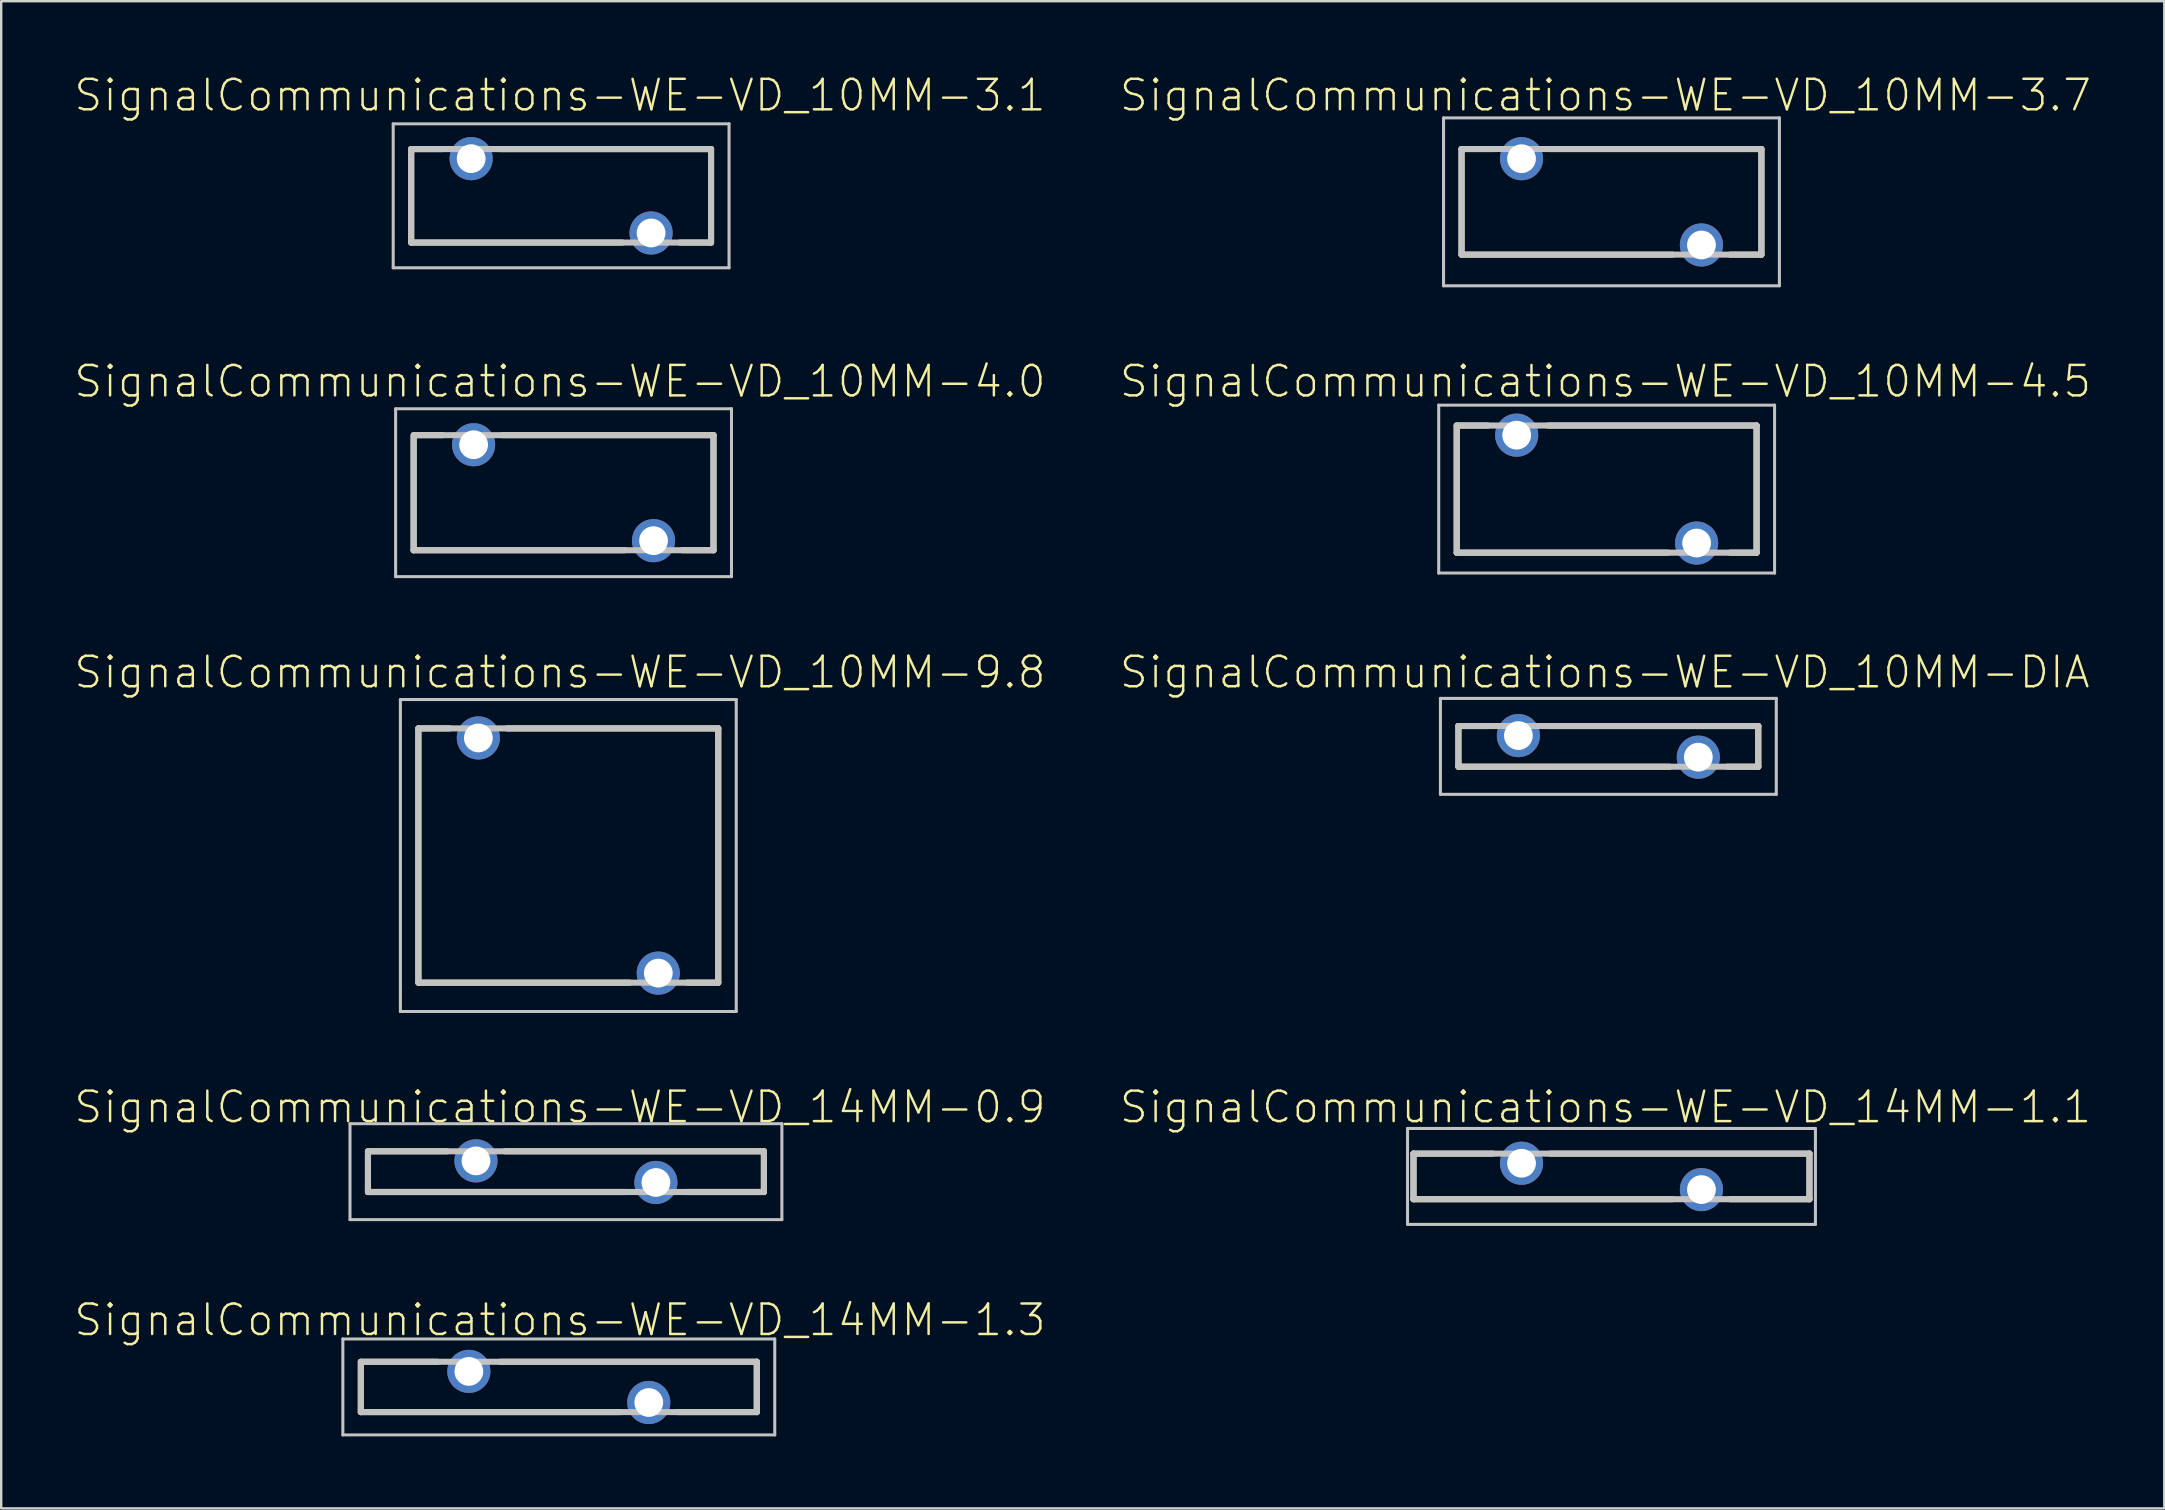
<source format=kicad_pcb>
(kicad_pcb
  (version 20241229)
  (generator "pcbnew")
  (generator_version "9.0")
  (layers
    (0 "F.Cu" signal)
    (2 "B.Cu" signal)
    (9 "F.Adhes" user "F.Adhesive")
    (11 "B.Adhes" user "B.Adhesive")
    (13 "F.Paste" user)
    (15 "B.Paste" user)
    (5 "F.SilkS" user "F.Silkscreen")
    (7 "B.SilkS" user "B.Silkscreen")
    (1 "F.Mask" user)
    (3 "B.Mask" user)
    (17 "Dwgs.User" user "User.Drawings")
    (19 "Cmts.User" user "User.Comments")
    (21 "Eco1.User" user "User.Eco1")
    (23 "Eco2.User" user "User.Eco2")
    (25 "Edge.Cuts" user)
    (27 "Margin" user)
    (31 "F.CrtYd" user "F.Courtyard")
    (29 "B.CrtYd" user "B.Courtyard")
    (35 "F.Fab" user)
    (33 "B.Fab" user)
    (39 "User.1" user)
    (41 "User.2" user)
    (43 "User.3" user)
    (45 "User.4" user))
  (footprint "SignalCommunications-WE-VD_14MM-1.1"
    (layer "F.Cu")
    (at 64.104 45.974)
    (property "Reference" "SignalCommunications-WE-VD_14MM-1.1" (at -0.249 -2.888 0) (layer "F.SilkS") (effects (font (size 1.27 1.27) (thickness 0.102))))
    (attr exclude_from_pos_files exclude_from_bom)
    (fp_line (start -8.25 -0.95) (end -4.948 -0.95) (stroke (width 0.254) (type solid)) (layer "F.SilkS"))
    (fp_line (start -8.25 0.95) (end -8.25 -0.95) (stroke (width 0.254) (type solid)) (layer "F.SilkS"))
    (fp_line (start -2.548 -0.95) (end 8.25 -0.95) (stroke (width 0.254) (type solid)) (layer "F.SilkS"))
    (fp_line (start 2.548 0.95) (end -8.25 0.95) (stroke (width 0.254) (type solid)) (layer "F.SilkS"))
    (fp_line (start 8.25 -0.95) (end 8.25 0.95) (stroke (width 0.254) (type solid)) (layer "F.SilkS"))
    (fp_line (start 8.25 0.95) (end 4.948 0.95) (stroke (width 0.254) (type solid)) (layer "F.SilkS"))
    (fp_line (start -8.499 -1.999) (end 8.499 -1.999) (stroke (width 0.127) (type solid)) (layer "Dwgs.User"))
    (fp_line (start -8.499 1.999) (end -8.499 -1.999) (stroke (width 0.127) (type solid)) (layer "Dwgs.User"))
    (fp_line (start -8.25 -0.95) (end -8.25 0.95) (stroke (width 0.254) (type solid)) (layer "Dwgs.User"))
    (fp_line (start -8.25 0.95) (end 8.25 0.95) (stroke (width 0.254) (type solid)) (layer "Dwgs.User"))
    (fp_line (start 8.25 -0.95) (end -8.25 -0.95) (stroke (width 0.254) (type solid)) (layer "Dwgs.User"))
    (fp_line (start 8.25 0.95) (end 8.25 -0.95) (stroke (width 0.254) (type solid)) (layer "Dwgs.User"))
    (fp_line (start 8.499 -1.999) (end 8.499 1.999) (stroke (width 0.127) (type solid)) (layer "Dwgs.User"))
    (fp_line (start 8.499 1.999) (end -8.499 1.999) (stroke (width 0.127) (type solid)) (layer "Dwgs.User"))
    (pad "1" thru_hole circle (at -3.749 -0.549) (size 1.798 1.798) (drill 1.199) (layers "*.Cu" "*.Paste" "*.Mask"))
    (pad "2" thru_hole circle (at 3.749 0.549) (size 1.798 1.798) (drill 1.199) (layers "*.Cu" "*.Paste" "*.Mask")))
  (footprint "SignalCommunications-WE-VD_10MM-3.7"
    (layer "F.Cu")
    (at 64.104 5.361)
    (property "Reference" "SignalCommunications-WE-VD_10MM-3.7" (at -0.249 -4.44 0) (layer "F.SilkS") (effects (font (size 1.27 1.27) (thickness 0.102))))
    (attr exclude_from_pos_files exclude_from_bom)
    (fp_line (start -6.248 -2.2) (end -6.248 2.2) (stroke (width 0.254) (type solid)) (layer "F.SilkS"))
    (fp_line (start -6.248 -2.2) (end -4.948 -2.2) (stroke (width 0.254) (type solid)) (layer "F.SilkS"))
    (fp_line (start -6.248 2.2) (end 2.548 2.2) (stroke (width 0.254) (type solid)) (layer "F.SilkS"))
    (fp_line (start -2.548 -2.2) (end 6.248 -2.2) (stroke (width 0.254) (type solid)) (layer "F.SilkS"))
    (fp_line (start 4.948 2.2) (end 6.248 2.2) (stroke (width 0.254) (type solid)) (layer "F.SilkS"))
    (fp_line (start 6.248 -2.2) (end 6.248 2.2) (stroke (width 0.254) (type solid)) (layer "F.SilkS"))
    (fp_line (start -6.998 -3.498) (end -6.998 3.498) (stroke (width 0.127) (type solid)) (layer "Dwgs.User"))
    (fp_line (start -6.998 3.498) (end 6.998 3.498) (stroke (width 0.127) (type solid)) (layer "Dwgs.User"))
    (fp_line (start -6.248 -2.2) (end 6.248 -2.2) (stroke (width 0.254) (type solid)) (layer "Dwgs.User"))
    (fp_line (start -6.248 2.2) (end -6.248 -2.2) (stroke (width 0.254) (type solid)) (layer "Dwgs.User"))
    (fp_line (start 6.248 -2.2) (end 6.248 2.2) (stroke (width 0.254) (type solid)) (layer "Dwgs.User"))
    (fp_line (start 6.248 2.2) (end -6.248 2.2) (stroke (width 0.254) (type solid)) (layer "Dwgs.User"))
    (fp_line (start 6.998 -3.498) (end -6.998 -3.498) (stroke (width 0.127) (type solid)) (layer "Dwgs.User"))
    (fp_line (start 6.998 3.498) (end 6.998 -3.498) (stroke (width 0.127) (type solid)) (layer "Dwgs.User"))
    (pad "1" thru_hole circle (at -3.749 -1.798) (size 1.798 1.798) (drill 1.199) (layers "*.Cu" "*.Paste" "*.Mask"))
    (pad "2" thru_hole circle (at 3.749 1.798) (size 1.798 1.798) (drill 1.199) (layers "*.Cu" "*.Paste" "*.Mask")))
  (footprint "SignalCommunications-WE-VD_10MM-3.1"
    (layer "F.Cu")
    (at 20.333 5.11)
    (property "Reference" "SignalCommunications-WE-VD_10MM-3.1" (at -0.048 -4.188 0) (layer "F.SilkS") (effects (font (size 1.27 1.27) (thickness 0.102))))
    (attr exclude_from_pos_files exclude_from_bom)
    (fp_line (start -6.248 -1.948) (end -6.248 1.948) (stroke (width 0.254) (type solid)) (layer "F.SilkS"))
    (fp_line (start -6.248 -1.948) (end -4.948 -1.948) (stroke (width 0.254) (type solid)) (layer "F.SilkS"))
    (fp_line (start -6.248 1.948) (end 2.548 1.948) (stroke (width 0.254) (type solid)) (layer "F.SilkS"))
    (fp_line (start -2.548 -1.948) (end 6.248 -1.948) (stroke (width 0.254) (type solid)) (layer "F.SilkS"))
    (fp_line (start 6.248 -1.948) (end 6.248 1.948) (stroke (width 0.254) (type solid)) (layer "F.SilkS"))
    (fp_line (start 6.248 1.948) (end 4.948 1.948) (stroke (width 0.254) (type solid)) (layer "F.SilkS"))
    (fp_line (start -6.998 -3) (end -6.998 3) (stroke (width 0.127) (type solid)) (layer "Dwgs.User"))
    (fp_line (start -6.998 3) (end 6.998 3) (stroke (width 0.127) (type solid)) (layer "Dwgs.User"))
    (fp_line (start -6.248 -1.948) (end 6.248 -1.948) (stroke (width 0.254) (type solid)) (layer "Dwgs.User"))
    (fp_line (start -6.248 1.948) (end -6.248 -1.948) (stroke (width 0.254) (type solid)) (layer "Dwgs.User"))
    (fp_line (start 6.248 -1.948) (end 6.248 1.948) (stroke (width 0.254) (type solid)) (layer "Dwgs.User"))
    (fp_line (start 6.248 1.948) (end -6.248 1.948) (stroke (width 0.254) (type solid)) (layer "Dwgs.User"))
    (fp_line (start 6.998 -3) (end -6.998 -3) (stroke (width 0.127) (type solid)) (layer "Dwgs.User"))
    (fp_line (start 6.998 3) (end 6.998 -3) (stroke (width 0.127) (type solid)) (layer "Dwgs.User"))
    (pad "1" thru_hole circle (at -3.749 -1.549) (size 1.798 1.798) (drill 1.199) (layers "*.Cu" "*.Paste" "*.Mask"))
    (pad "2" thru_hole circle (at 3.749 1.549) (size 1.798 1.798) (drill 1.199) (layers "*.Cu" "*.Paste" "*.Mask")))
  (footprint "SignalCommunications-WE-VD_10MM-9.8"
    (layer "F.Cu")
    (at 20.633 32.602)
    (property "Reference" "SignalCommunications-WE-VD_10MM-9.8" (at -0.348 -7.638 0) (layer "F.SilkS") (effects (font (size 1.27 1.27) (thickness 0.102))))
    (attr exclude_from_pos_files exclude_from_bom)
    (fp_line (start -6.248 -5.298) (end -6.248 5.298) (stroke (width 0.254) (type solid)) (layer "F.SilkS"))
    (fp_line (start -6.248 5.298) (end 2.548 5.298) (stroke (width 0.254) (type solid)) (layer "F.SilkS"))
    (fp_line (start -4.948 -5.298) (end -6.248 -5.298) (stroke (width 0.254) (type solid)) (layer "F.SilkS"))
    (fp_line (start 4.948 5.298) (end 6.248 5.298) (stroke (width 0.254) (type solid)) (layer "F.SilkS"))
    (fp_line (start 6.248 -5.298) (end -2.548 -5.298) (stroke (width 0.254) (type solid)) (layer "F.SilkS"))
    (fp_line (start 6.248 5.298) (end 6.248 -5.298) (stroke (width 0.254) (type solid)) (layer "F.SilkS"))
    (fp_line (start -6.998 -6.5) (end -6.998 6.5) (stroke (width 0.127) (type solid)) (layer "Dwgs.User"))
    (fp_line (start -6.998 6.5) (end 6.998 6.5) (stroke (width 0.127) (type solid)) (layer "Dwgs.User"))
    (fp_line (start -6.248 -5.298) (end -6.248 5.298) (stroke (width 0.254) (type solid)) (layer "Dwgs.User"))
    (fp_line (start -6.248 5.298) (end 6.248 5.298) (stroke (width 0.254) (type solid)) (layer "Dwgs.User"))
    (fp_line (start 6.248 -5.298) (end -6.248 -5.298) (stroke (width 0.254) (type solid)) (layer "Dwgs.User"))
    (fp_line (start 6.248 5.298) (end 6.248 -5.298) (stroke (width 0.254) (type solid)) (layer "Dwgs.User"))
    (fp_line (start 6.998 -6.5) (end -6.998 -6.5) (stroke (width 0.127) (type solid)) (layer "Dwgs.User"))
    (fp_line (start 6.998 6.5) (end 6.998 -6.5) (stroke (width 0.127) (type solid)) (layer "Dwgs.User"))
    (pad "1" thru_hole circle (at -3.749 -4.9) (size 1.798 1.798) (drill 1.199) (layers "*.Cu" "*.Paste" "*.Mask"))
    (pad "2" thru_hole circle (at 3.749 4.9) (size 1.798 1.798) (drill 1.199) (layers "*.Cu" "*.Paste" "*.Mask")))
  (footprint "SignalCommunications-WE-VD_14MM-0.9"
    (layer "F.Cu")
    (at 20.534 45.776)
    (property "Reference" "SignalCommunications-WE-VD_14MM-0.9" (at -0.249 -2.69 0) (layer "F.SilkS") (effects (font (size 1.27 1.27) (thickness 0.102))))
    (attr exclude_from_pos_files exclude_from_bom)
    (fp_line (start -8.25 -0.848) (end -4.948 -0.848) (stroke (width 0.254) (type solid)) (layer "F.SilkS"))
    (fp_line (start -8.25 0.848) (end -8.25 -0.749) (stroke (width 0.254) (type solid)) (layer "F.SilkS"))
    (fp_line (start -2.548 -0.848) (end 8.25 -0.848) (stroke (width 0.254) (type solid)) (layer "F.SilkS"))
    (fp_line (start 2.548 0.848) (end -8.25 0.848) (stroke (width 0.254) (type solid)) (layer "F.SilkS"))
    (fp_line (start 8.25 -0.848) (end 8.25 0.848) (stroke (width 0.254) (type solid)) (layer "F.SilkS"))
    (fp_line (start 8.25 0.848) (end 4.948 0.848) (stroke (width 0.254) (type solid)) (layer "F.SilkS"))
    (fp_line (start -8.999 -1.999) (end -8.999 1.999) (stroke (width 0.127) (type solid)) (layer "Dwgs.User"))
    (fp_line (start -8.999 1.999) (end 8.999 1.999) (stroke (width 0.127) (type solid)) (layer "Dwgs.User"))
    (fp_line (start -8.25 -0.848) (end -8.25 0.848) (stroke (width 0.254) (type solid)) (layer "Dwgs.User"))
    (fp_line (start -8.25 -0.848) (end 8.25 -0.848) (stroke (width 0.254) (type solid)) (layer "Dwgs.User"))
    (fp_line (start -8.25 0.848) (end 8.25 0.848) (stroke (width 0.254) (type solid)) (layer "Dwgs.User"))
    (fp_line (start 8.25 0.848) (end 8.25 -0.848) (stroke (width 0.254) (type solid)) (layer "Dwgs.User"))
    (fp_line (start 8.999 -1.999) (end -8.999 -1.999) (stroke (width 0.127) (type solid)) (layer "Dwgs.User"))
    (fp_line (start 8.999 1.999) (end 8.999 -1.999) (stroke (width 0.127) (type solid)) (layer "Dwgs.User"))
    (pad "1" thru_hole circle (at -3.749 -0.45) (size 1.798 1.798) (drill 1.199) (layers "*.Cu" "*.Paste" "*.Mask"))
    (pad "2" thru_hole circle (at 3.749 0.45) (size 1.798 1.798) (drill 1.199) (layers "*.Cu" "*.Paste" "*.Mask")))
  (footprint "SignalCommunications-WE-VD_10MM-4.0"
    (layer "F.Cu")
    (at 20.435 17.482)
    (property "Reference" "SignalCommunications-WE-VD_10MM-4.0" (at -0.15 -4.638 0) (layer "F.SilkS") (effects (font (size 1.27 1.27) (thickness 0.102))))
    (attr exclude_from_pos_files exclude_from_bom)
    (fp_line (start -6.248 2.398) (end -6.248 -2.398) (stroke (width 0.254) (type solid)) (layer "F.SilkS"))
    (fp_line (start -6.149 -2.398) (end -5.05 -2.398) (stroke (width 0.254) (type solid)) (layer "F.SilkS"))
    (fp_line (start -2.548 -2.398) (end 6.248 -2.398) (stroke (width 0.254) (type solid)) (layer "F.SilkS"))
    (fp_line (start 2.548 2.398) (end -6.248 2.398) (stroke (width 0.254) (type solid)) (layer "F.SilkS"))
    (fp_line (start 6.248 -2.398) (end 6.248 2.398) (stroke (width 0.254) (type solid)) (layer "F.SilkS"))
    (fp_line (start 6.248 2.398) (end 4.948 2.398) (stroke (width 0.254) (type solid)) (layer "F.SilkS"))
    (fp_line (start -6.998 -3.498) (end -6.998 3.498) (stroke (width 0.127) (type solid)) (layer "Dwgs.User"))
    (fp_line (start -6.998 3.498) (end 6.998 3.498) (stroke (width 0.127) (type solid)) (layer "Dwgs.User"))
    (fp_line (start -6.248 2.398) (end -6.248 -2.398) (stroke (width 0.254) (type solid)) (layer "Dwgs.User"))
    (fp_line (start -6.149 -2.398) (end 6.248 -2.398) (stroke (width 0.254) (type solid)) (layer "Dwgs.User"))
    (fp_line (start 6.248 -2.398) (end 6.248 2.398) (stroke (width 0.254) (type solid)) (layer "Dwgs.User"))
    (fp_line (start 6.248 2.398) (end -6.248 2.398) (stroke (width 0.254) (type solid)) (layer "Dwgs.User"))
    (fp_line (start 6.998 -3.498) (end -6.998 -3.498) (stroke (width 0.127) (type solid)) (layer "Dwgs.User"))
    (fp_line (start 6.998 3.498) (end 6.998 -3.498) (stroke (width 0.127) (type solid)) (layer "Dwgs.User"))
    (pad "1" thru_hole circle (at -3.749 -1.999) (size 1.798 1.798) (drill 1.199) (layers "*.Cu" "*.Paste" "*.Mask"))
    (pad "2" thru_hole circle (at 3.749 1.999) (size 1.798 1.798) (drill 1.199) (layers "*.Cu" "*.Paste" "*.Mask")))
  (footprint "SignalCommunications-WE-VD_10MM-DIA"
    (layer "F.Cu")
    (at 63.974 28.053)
    (property "Reference" "SignalCommunications-WE-VD_10MM-DIA" (at -0.15 -3.089 0) (layer "F.SilkS") (effects (font (size 1.27 1.27) (thickness 0.102))))
    (attr exclude_from_pos_files exclude_from_bom)
    (fp_line (start -6.248 -0.848) (end -6.248 0.848) (stroke (width 0.254) (type solid)) (layer "F.SilkS"))
    (fp_line (start -6.248 -0.848) (end -5.05 -0.848) (stroke (width 0.254) (type solid)) (layer "F.SilkS"))
    (fp_line (start -6.248 0.848) (end 2.548 0.848) (stroke (width 0.254) (type solid)) (layer "F.SilkS"))
    (fp_line (start -2.548 -0.848) (end 6.248 -0.848) (stroke (width 0.254) (type solid)) (layer "F.SilkS"))
    (fp_line (start 6.248 -0.848) (end 6.248 0.848) (stroke (width 0.254) (type solid)) (layer "F.SilkS"))
    (fp_line (start 6.248 0.848) (end 4.948 0.848) (stroke (width 0.254) (type solid)) (layer "F.SilkS"))
    (fp_line (start -6.998 -1.999) (end -6.998 1.999) (stroke (width 0.127) (type solid)) (layer "Dwgs.User"))
    (fp_line (start -6.998 1.999) (end 6.998 1.999) (stroke (width 0.127) (type solid)) (layer "Dwgs.User"))
    (fp_line (start -6.248 -0.848) (end -6.248 0.848) (stroke (width 0.254) (type solid)) (layer "Dwgs.User"))
    (fp_line (start -6.248 0.848) (end 6.248 0.848) (stroke (width 0.254) (type solid)) (layer "Dwgs.User"))
    (fp_line (start 6.248 -0.848) (end -6.248 -0.848) (stroke (width 0.254) (type solid)) (layer "Dwgs.User"))
    (fp_line (start 6.248 0.848) (end 6.248 -0.848) (stroke (width 0.254) (type solid)) (layer "Dwgs.User"))
    (fp_line (start 6.998 -1.999) (end -6.998 -1.999) (stroke (width 0.127) (type solid)) (layer "Dwgs.User"))
    (fp_line (start 6.998 1.999) (end 6.998 -1.999) (stroke (width 0.127) (type solid)) (layer "Dwgs.User"))
    (pad "1" thru_hole circle (at -3.749 -0.45) (size 1.798 1.798) (drill 1.199) (layers "*.Cu" "*.Paste" "*.Mask"))
    (pad "2" thru_hole circle (at 3.749 0.45) (size 1.798 1.798) (drill 1.199) (layers "*.Cu" "*.Paste" "*.Mask")))
  (footprint "SignalCommunications-WE-VD_14MM-1.3"
    (layer "F.Cu")
    (at 20.237 54.747)
    (property "Reference" "SignalCommunications-WE-VD_14MM-1.3" (at 0.048 -2.789 0) (layer "F.SilkS") (effects (font (size 1.27 1.27) (thickness 0.102))))
    (attr exclude_from_pos_files exclude_from_bom)
    (fp_line (start -8.25 -1.049) (end -5.05 -1.049) (stroke (width 0.254) (type solid)) (layer "F.SilkS"))
    (fp_line (start -8.25 1.049) (end -8.25 -1.049) (stroke (width 0.254) (type solid)) (layer "F.SilkS"))
    (fp_line (start -2.449 -1.049) (end 8.25 -1.049) (stroke (width 0.254) (type solid)) (layer "F.SilkS"))
    (fp_line (start 2.548 1.049) (end -8.25 1.049) (stroke (width 0.254) (type solid)) (layer "F.SilkS"))
    (fp_line (start 8.25 -1.049) (end 8.25 1.049) (stroke (width 0.254) (type solid)) (layer "F.SilkS"))
    (fp_line (start 8.25 1.049) (end 4.948 1.049) (stroke (width 0.254) (type solid)) (layer "F.SilkS"))
    (fp_line (start -8.999 -1.999) (end -8.999 1.999) (stroke (width 0.127) (type solid)) (layer "Dwgs.User"))
    (fp_line (start -8.999 1.999) (end 8.999 1.999) (stroke (width 0.127) (type solid)) (layer "Dwgs.User"))
    (fp_line (start -8.25 -0.95) (end -8.25 1.049) (stroke (width 0.254) (type solid)) (layer "Dwgs.User"))
    (fp_line (start -8.25 1.049) (end 8.25 1.049) (stroke (width 0.254) (type solid)) (layer "Dwgs.User"))
    (fp_line (start 8.25 -1.049) (end -8.25 -1.049) (stroke (width 0.254) (type solid)) (layer "Dwgs.User"))
    (fp_line (start 8.25 1.049) (end 8.25 -1.049) (stroke (width 0.254) (type solid)) (layer "Dwgs.User"))
    (fp_line (start 8.999 -1.999) (end -8.999 -1.999) (stroke (width 0.127) (type solid)) (layer "Dwgs.User"))
    (fp_line (start 8.999 1.999) (end 8.999 -1.999) (stroke (width 0.127) (type solid)) (layer "Dwgs.User"))
    (pad "1" thru_hole circle (at -3.749 -0.648) (size 1.798 1.798) (drill 1.199) (layers "*.Cu" "*.Paste" "*.Mask"))
    (pad "2" thru_hole circle (at 3.749 0.648) (size 1.798 1.798) (drill 1.199) (layers "*.Cu" "*.Paste" "*.Mask")))
  (footprint "SignalCommunications-WE-VD_10MM-4.5"
    (layer "F.Cu")
    (at 63.903 17.332)
    (property "Reference" "SignalCommunications-WE-VD_10MM-4.5" (at -0.048 -4.488 0) (layer "F.SilkS") (effects (font (size 1.27 1.27) (thickness 0.102))))
    (attr exclude_from_pos_files exclude_from_bom)
    (fp_line (start -6.248 -2.649) (end -6.248 2.649) (stroke (width 0.254) (type solid)) (layer "F.SilkS"))
    (fp_line (start -6.248 2.649) (end 2.548 2.649) (stroke (width 0.254) (type solid)) (layer "F.SilkS"))
    (fp_line (start -4.948 -2.649) (end -6.248 -2.649) (stroke (width 0.254) (type solid)) (layer "F.SilkS"))
    (fp_line (start 5.149 2.649) (end 6.248 2.649) (stroke (width 0.254) (type solid)) (layer "F.SilkS"))
    (fp_line (start 6.248 -2.649) (end -2.449 -2.649) (stroke (width 0.254) (type solid)) (layer "F.SilkS"))
    (fp_line (start 6.248 2.649) (end 6.248 -2.649) (stroke (width 0.254) (type solid)) (layer "F.SilkS"))
    (fp_line (start -6.998 -3.498) (end -6.998 3.498) (stroke (width 0.127) (type solid)) (layer "Dwgs.User"))
    (fp_line (start -6.998 3.498) (end 6.998 3.498) (stroke (width 0.127) (type solid)) (layer "Dwgs.User"))
    (fp_line (start -6.248 -2.649) (end -6.248 2.649) (stroke (width 0.254) (type solid)) (layer "Dwgs.User"))
    (fp_line (start -6.248 2.649) (end 6.248 2.649) (stroke (width 0.254) (type solid)) (layer "Dwgs.User"))
    (fp_line (start 6.248 -2.649) (end -6.149 -2.649) (stroke (width 0.254) (type solid)) (layer "Dwgs.User"))
    (fp_line (start 6.248 2.649) (end 6.248 -2.649) (stroke (width 0.254) (type solid)) (layer "Dwgs.User"))
    (fp_line (start 6.998 -3.498) (end -6.998 -3.498) (stroke (width 0.127) (type solid)) (layer "Dwgs.User"))
    (fp_line (start 6.998 3.498) (end 6.998 -3.498) (stroke (width 0.127) (type solid)) (layer "Dwgs.User"))
    (pad "1" thru_hole circle (at -3.749 -2.248) (size 1.798 1.798) (drill 1.199) (layers "*.Cu" "*.Paste" "*.Mask"))
    (pad "2" thru_hole circle (at 3.749 2.248) (size 1.798 1.798) (drill 1.199) (layers "*.Cu" "*.Paste" "*.Mask")))
  (gr_rect
    (start -3 -3)
    (end 87.14 59.809)
    (stroke (width 0.1) (type default))
    (fill no)
    (layer "Edge.Cuts")))
</source>
